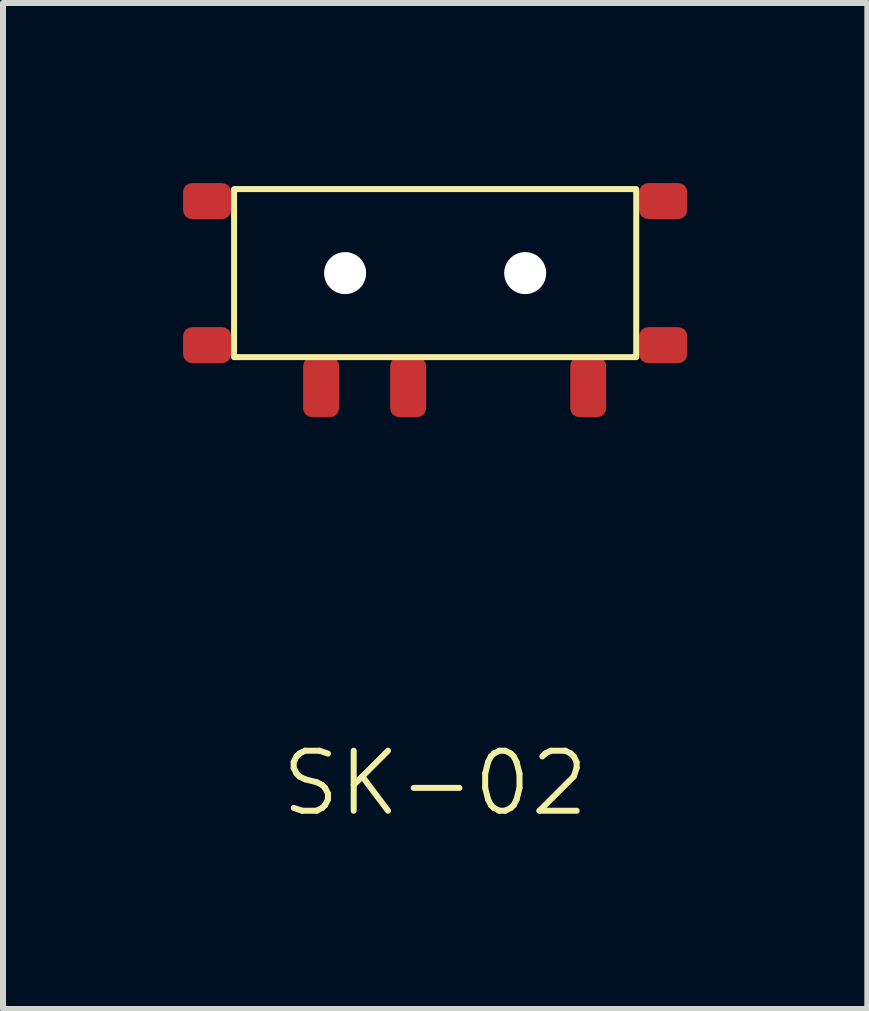
<source format=kicad_pcb>
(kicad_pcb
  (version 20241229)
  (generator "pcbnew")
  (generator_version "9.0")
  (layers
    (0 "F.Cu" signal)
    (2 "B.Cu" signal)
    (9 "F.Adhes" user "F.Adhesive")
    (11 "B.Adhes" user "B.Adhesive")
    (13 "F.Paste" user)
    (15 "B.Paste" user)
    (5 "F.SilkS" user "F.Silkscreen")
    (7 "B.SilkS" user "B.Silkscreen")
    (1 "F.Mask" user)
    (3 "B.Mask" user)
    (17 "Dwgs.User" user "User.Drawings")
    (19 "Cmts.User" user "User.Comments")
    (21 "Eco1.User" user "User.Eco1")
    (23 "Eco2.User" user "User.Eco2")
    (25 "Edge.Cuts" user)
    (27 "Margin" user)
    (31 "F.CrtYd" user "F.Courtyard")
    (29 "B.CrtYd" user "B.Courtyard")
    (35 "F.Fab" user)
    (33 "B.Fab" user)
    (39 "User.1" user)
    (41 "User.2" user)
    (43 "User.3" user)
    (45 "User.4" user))
  (footprint "SK-02"
    (layer "F.Cu")
    (at 4.2 1.5)
    (property "Reference" "SK-02" (at 0 8.5 0) (unlocked yes) (layer "F.SilkS") (effects (font (size 1 1) (thickness 0.1))))
    (attr smd)
    (fp_rect (start -3.35 -1.4) (end 3.35 1.4) (stroke (width 0.1) (type default)) (fill no) (layer "F.SilkS"))
    (pad "" np_thru_hole circle (at -1.5 0) (size 0.7 0.7) (drill 0.7) (layers "*.Cu" "*.Mask"))
    (pad "" np_thru_hole circle (at 1.5 0) (size 0.7 0.7) (drill 0.7) (layers "*.Cu" "*.Mask"))
    (pad "1" smd roundrect (at 2.55 1.9 270) (size 1 0.6) (layers "F.Cu" "F.Mask" "F.Paste") (roundrect_rratio 0.25))
    (pad "2" smd roundrect (at -0.45 1.9 270) (size 1 0.6) (layers "F.Cu" "F.Mask" "F.Paste") (roundrect_rratio 0.25))
    (pad "3" smd roundrect (at -1.9 1.9 270) (size 1 0.6) (layers "F.Cu" "F.Mask" "F.Paste") (roundrect_rratio 0.25))
    (pad "MP" smd roundrect (at -3.8 -1.2 90) (size 0.6 0.8) (layers "F.Cu" "F.Mask" "F.Paste") (roundrect_rratio 0.25))
    (pad "MP" smd roundrect (at -3.8 1.2 90) (size 0.6 0.8) (layers "F.Cu" "F.Mask" "F.Paste") (roundrect_rratio 0.25))
    (pad "MP" smd roundrect (at 3.8 -1.2 90) (size 0.6 0.8) (layers "F.Cu" "F.Mask" "F.Paste") (roundrect_rratio 0.25))
    (pad "MP" smd roundrect (at 3.8 1.2 90) (size 0.6 0.8) (layers "F.Cu" "F.Mask" "F.Paste") (roundrect_rratio 0.25)))
  (gr_rect
    (start -3 -3)
    (end 11.4 13.761)
    (stroke (width 0.1) (type default))
    (fill no)
    (layer "Edge.Cuts")))
</source>
